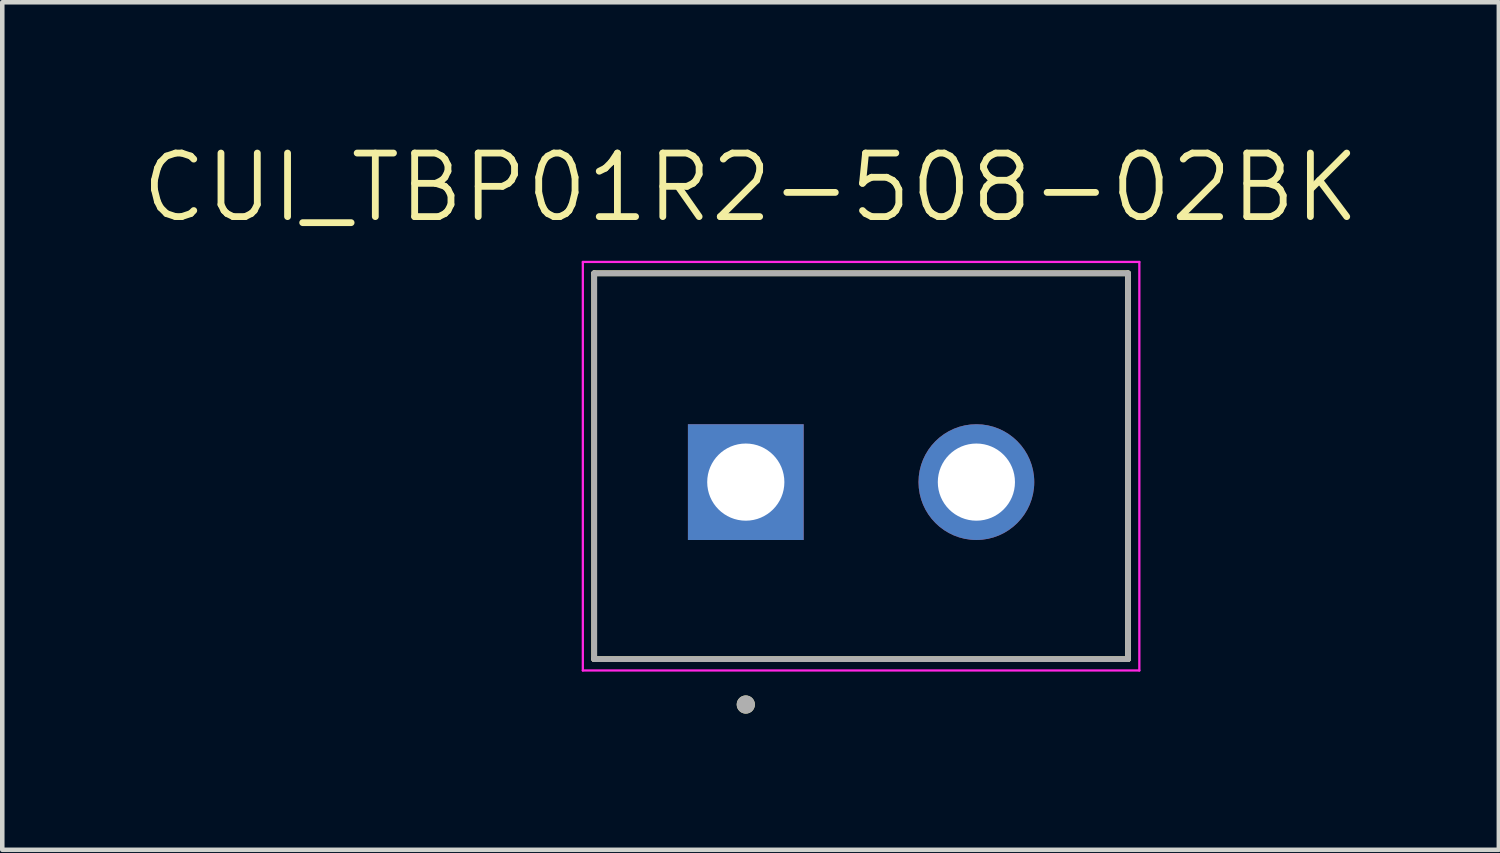
<source format=kicad_pcb>
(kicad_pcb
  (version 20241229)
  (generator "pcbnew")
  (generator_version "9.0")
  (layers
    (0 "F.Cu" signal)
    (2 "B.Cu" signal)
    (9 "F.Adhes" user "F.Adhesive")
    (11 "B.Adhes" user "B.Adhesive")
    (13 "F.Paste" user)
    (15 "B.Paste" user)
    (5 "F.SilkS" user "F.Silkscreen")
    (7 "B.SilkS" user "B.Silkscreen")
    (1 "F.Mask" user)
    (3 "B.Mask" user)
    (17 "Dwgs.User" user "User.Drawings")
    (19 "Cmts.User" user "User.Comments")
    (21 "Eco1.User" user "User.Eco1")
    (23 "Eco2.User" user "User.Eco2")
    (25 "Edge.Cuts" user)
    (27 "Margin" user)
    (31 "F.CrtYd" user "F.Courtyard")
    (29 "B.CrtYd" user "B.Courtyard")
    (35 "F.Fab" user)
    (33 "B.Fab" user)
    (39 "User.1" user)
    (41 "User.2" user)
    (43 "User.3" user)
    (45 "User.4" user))
  (footprint "CUI_TBP01R2-508-02BK"
    (layer "F.Cu")
    (at 13.38 7.571)
    (property "Reference" "CUI_TBP01R2-508-02BK" (at 0.105 -6.489 0) (layer "F.SilkS") (effects (font (size 1.4 1.4) (thickness 0.15))))
    (attr through_hole)
    (fp_line (start -3.34 -4.6) (end 8.42 -4.6) (stroke (width 0.127) (type solid)) (layer "F.SilkS"))
    (fp_line (start -3.34 3.9) (end -3.34 -4.6) (stroke (width 0.127) (type solid)) (layer "F.SilkS"))
    (fp_line (start 8.42 -4.6) (end 8.42 3.9) (stroke (width 0.127) (type solid)) (layer "F.SilkS"))
    (fp_line (start 8.42 3.9) (end -3.34 3.9) (stroke (width 0.127) (type solid)) (layer "F.SilkS"))
    (fp_circle (center 0 4.9) (end 0.1 4.9) (stroke (width 0.2) (type solid)) (fill no) (layer "F.SilkS"))
    (fp_line (start -3.59 -4.85) (end 8.67 -4.85) (stroke (width 0.05) (type solid)) (layer "F.CrtYd"))
    (fp_line (start -3.59 4.15) (end -3.59 -4.85) (stroke (width 0.05) (type solid)) (layer "F.CrtYd"))
    (fp_line (start 8.67 -4.85) (end 8.67 4.15) (stroke (width 0.05) (type solid)) (layer "F.CrtYd"))
    (fp_line (start 8.67 4.15) (end -3.59 4.15) (stroke (width 0.05) (type solid)) (layer "F.CrtYd"))
    (fp_line (start -3.34 -4.6) (end 8.42 -4.6) (stroke (width 0.127) (type solid)) (layer "F.Fab"))
    (fp_line (start -3.34 3.9) (end -3.34 -4.6) (stroke (width 0.127) (type solid)) (layer "F.Fab"))
    (fp_line (start 8.42 -4.6) (end 8.42 3.9) (stroke (width 0.127) (type solid)) (layer "F.Fab"))
    (fp_line (start 8.42 3.9) (end -3.34 3.9) (stroke (width 0.127) (type solid)) (layer "F.Fab"))
    (fp_circle (center 0 4.9) (end 0.1 4.9) (stroke (width 0.2) (type solid)) (fill no) (layer "F.Fab"))
    (pad "1" thru_hole rect (at 0 0) (size 2.55 2.55) (drill 1.7) (layers "*.Cu" "*.Mask"))
    (pad "2" thru_hole circle (at 5.08 0) (size 2.55 2.55) (drill 1.7) (layers "*.Cu" "*.Mask")))
  (gr_rect
    (start -3 -3)
    (end 29.97 15.671)
    (stroke (width 0.1) (type default))
    (fill no)
    (layer "Edge.Cuts")))
</source>
